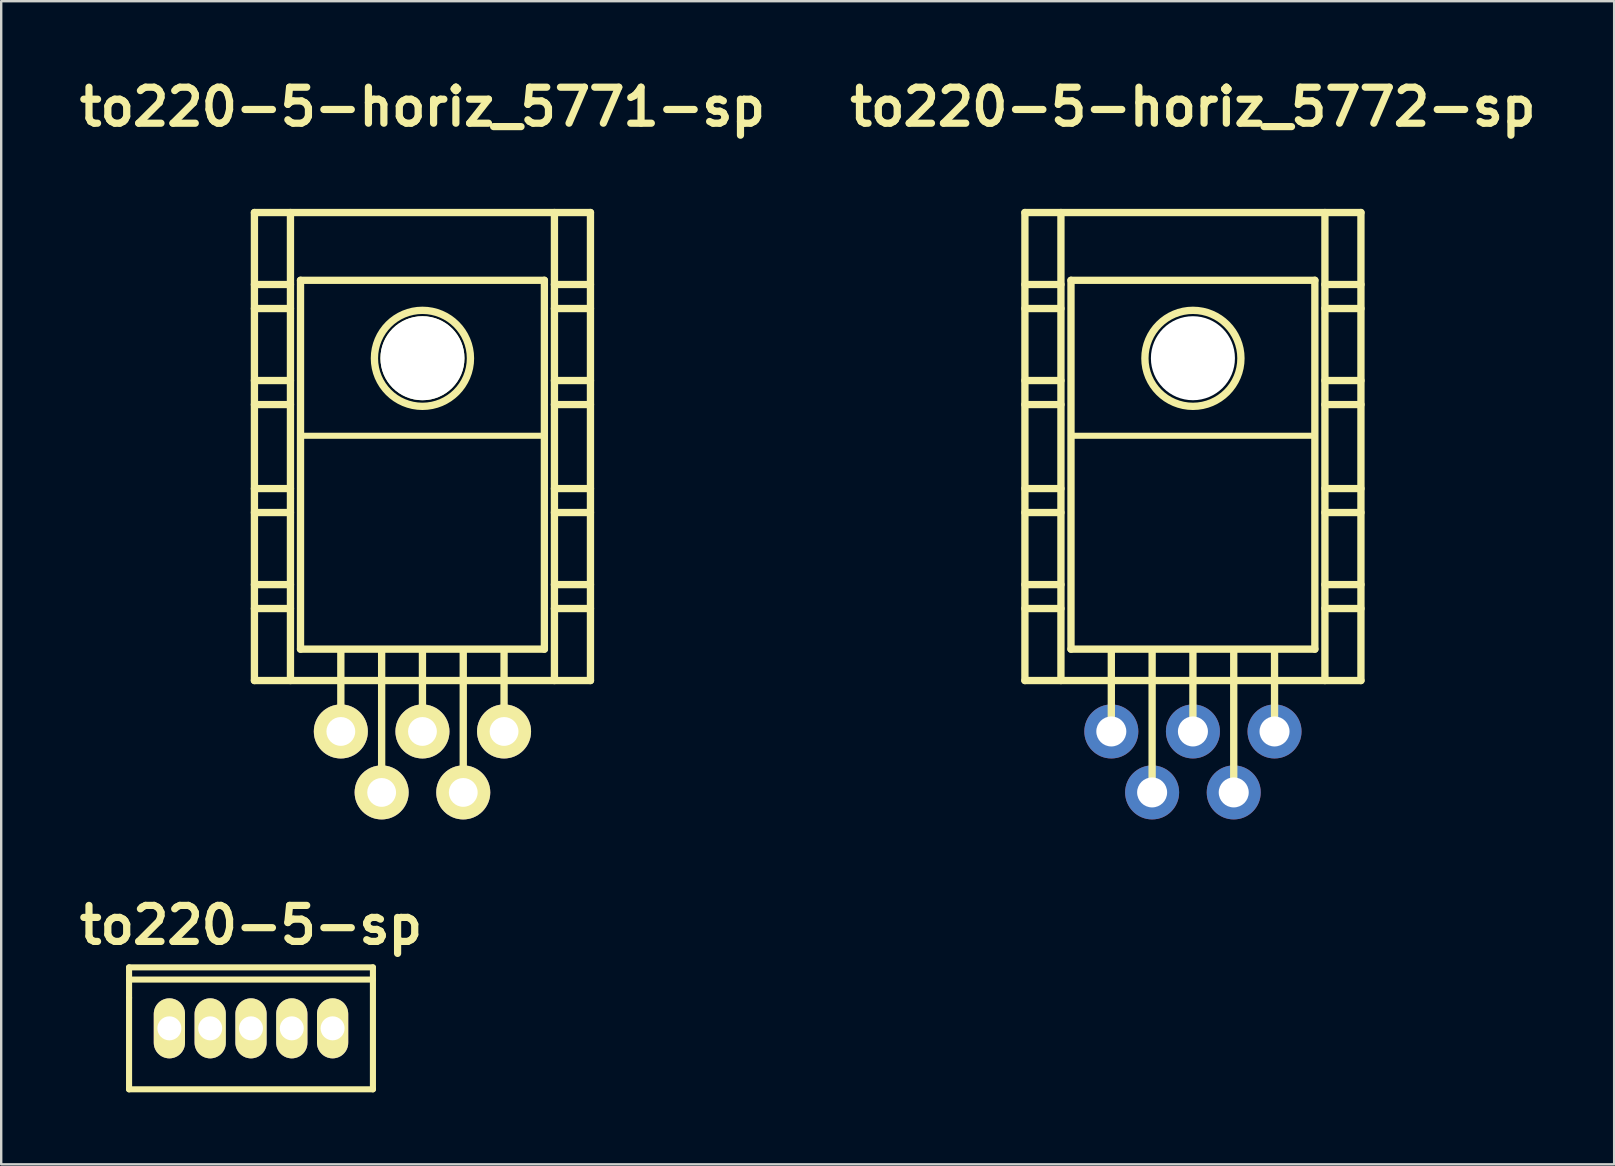
<source format=kicad_pcb>
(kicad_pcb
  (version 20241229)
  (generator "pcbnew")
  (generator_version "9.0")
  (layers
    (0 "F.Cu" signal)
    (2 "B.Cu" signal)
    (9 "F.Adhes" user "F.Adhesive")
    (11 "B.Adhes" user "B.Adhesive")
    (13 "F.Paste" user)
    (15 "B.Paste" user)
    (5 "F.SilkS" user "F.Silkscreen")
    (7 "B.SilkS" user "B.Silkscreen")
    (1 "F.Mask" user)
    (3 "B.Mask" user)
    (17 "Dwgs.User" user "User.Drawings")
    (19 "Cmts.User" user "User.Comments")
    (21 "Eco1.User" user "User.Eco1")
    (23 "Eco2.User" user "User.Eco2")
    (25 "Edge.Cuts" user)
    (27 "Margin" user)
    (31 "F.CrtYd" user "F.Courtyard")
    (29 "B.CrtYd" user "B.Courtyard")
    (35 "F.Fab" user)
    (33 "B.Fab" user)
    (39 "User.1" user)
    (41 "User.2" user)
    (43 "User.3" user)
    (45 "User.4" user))
  (footprint "to220-5-sp"
    (layer "F.Cu")
    (at 7.407 39.793)
    (property "Reference" "to220-5-sp" (at 0 -4.3 0) (layer "F.SilkS") (effects (font (size 1.5 1.5) (thickness 0.3))))
    (attr through_hole)
    (fp_line (start -5.08 -2.54) (end -5.08 -1.27) (stroke (width 0.254) (type solid)) (layer "F.SilkS"))
    (fp_line (start -5.08 -2.032) (end 5.08 -2.032) (stroke (width 0.254) (type solid)) (layer "F.SilkS"))
    (fp_line (start -5.08 -1.27) (end -5.08 2.54) (stroke (width 0.254) (type solid)) (layer "F.SilkS"))
    (fp_line (start -5.08 2.54) (end 5.08 2.54) (stroke (width 0.254) (type solid)) (layer "F.SilkS"))
    (fp_line (start 5.08 -2.54) (end -5.08 -2.54) (stroke (width 0.254) (type solid)) (layer "F.SilkS"))
    (fp_line (start 5.08 2.54) (end 5.08 -2.54) (stroke (width 0.254) (type solid)) (layer "F.SilkS"))
    (pad "1" thru_hole oval (at -3.4 0) (size 1.3 2.5) (drill 1) (layers "*.Cu" "*.Mask" "F.SilkS"))
    (pad "2" thru_hole oval (at -1.7 0) (size 1.3 2.5) (drill 1) (layers "*.Cu" "*.Mask" "F.SilkS"))
    (pad "3" thru_hole oval (at 0 0) (size 1.3 2.5) (drill 1) (layers "*.Cu" "*.Mask" "F.SilkS"))
    (pad "4" thru_hole oval (at 1.7 0) (size 1.3 2.5) (drill 1) (layers "*.Cu" "*.Mask" "F.SilkS"))
    (pad "5" thru_hole oval (at 3.4 0) (size 1.3 2.5) (drill 1) (layers "*.Cu" "*.Mask" "F.SilkS")))
  (footprint "to220-5-horiz_5772-sp"
    (layer "F.Cu")
    (at 46.65 19.804)
    (property "Reference" "to220-5-horiz_5772-sp" (at 0 -18.4 0) (layer "F.SilkS") (effects (font (size 1.5 1.5) (thickness 0.3))))
    (attr through_hole)
    (fp_line (start -7 -14) (end -7 5.499) (stroke (width 0.305) (type solid)) (layer "F.SilkS"))
    (fp_line (start -7 -11.001) (end -5.499 -11.001) (stroke (width 0.305) (type solid)) (layer "F.SilkS"))
    (fp_line (start -7 -10) (end -5.499 -10) (stroke (width 0.305) (type solid)) (layer "F.SilkS"))
    (fp_line (start -7 -7) (end -5.499 -7) (stroke (width 0.305) (type solid)) (layer "F.SilkS"))
    (fp_line (start -7 -5.999) (end -5.499 -5.999) (stroke (width 0.305) (type solid)) (layer "F.SilkS"))
    (fp_line (start -7 -2.499) (end -5.499 -2.499) (stroke (width 0.305) (type solid)) (layer "F.SilkS"))
    (fp_line (start -7 -1.501) (end -5.499 -1.501) (stroke (width 0.305) (type solid)) (layer "F.SilkS"))
    (fp_line (start -7 1.501) (end -5.499 1.501) (stroke (width 0.305) (type solid)) (layer "F.SilkS"))
    (fp_line (start -7 2.499) (end -5.499 2.499) (stroke (width 0.305) (type solid)) (layer "F.SilkS"))
    (fp_line (start -7 5.499) (end 7 5.499) (stroke (width 0.305) (type solid)) (layer "F.SilkS"))
    (fp_line (start -5.499 5.499) (end -5.499 -14) (stroke (width 0.305) (type solid)) (layer "F.SilkS"))
    (fp_line (start -5.08 -11.176) (end -5.08 4.191) (stroke (width 0.305) (type solid)) (layer "F.SilkS"))
    (fp_line (start -5.08 4.191) (end 5.08 4.191) (stroke (width 0.305) (type solid)) (layer "F.SilkS"))
    (fp_line (start -3.4 7.75) (end -3.4 4.249) (stroke (width 0.305) (type solid)) (layer "F.SilkS"))
    (fp_line (start -1.7 10.249) (end -1.7 4.249) (stroke (width 0.305) (type solid)) (layer "F.SilkS"))
    (fp_line (start 0 7.75) (end 0 4.249) (stroke (width 0.305) (type solid)) (layer "F.SilkS"))
    (fp_line (start 1.7 10.249) (end 1.7 4.249) (stroke (width 0.305) (type solid)) (layer "F.SilkS"))
    (fp_line (start 3.4 7.75) (end 3.4 4.249) (stroke (width 0.305) (type solid)) (layer "F.SilkS"))
    (fp_line (start 5.08 -11.176) (end -5.08 -11.176) (stroke (width 0.305) (type solid)) (layer "F.SilkS"))
    (fp_line (start 5.08 -4.699) (end -5.08 -4.699) (stroke (width 0.254) (type solid)) (layer "F.SilkS"))
    (fp_line (start 5.08 4.191) (end 5.08 -11.176) (stroke (width 0.305) (type solid)) (layer "F.SilkS"))
    (fp_line (start 5.499 -14) (end 5.499 5.499) (stroke (width 0.305) (type solid)) (layer "F.SilkS"))
    (fp_line (start 5.499 -11.001) (end 7 -11.001) (stroke (width 0.305) (type solid)) (layer "F.SilkS"))
    (fp_line (start 5.499 -10) (end 7 -10) (stroke (width 0.305) (type solid)) (layer "F.SilkS"))
    (fp_line (start 5.499 -7) (end 7 -7) (stroke (width 0.305) (type solid)) (layer "F.SilkS"))
    (fp_line (start 5.499 -5.999) (end 7 -5.999) (stroke (width 0.305) (type solid)) (layer "F.SilkS"))
    (fp_line (start 5.499 -2.499) (end 7 -2.499) (stroke (width 0.305) (type solid)) (layer "F.SilkS"))
    (fp_line (start 5.499 -1.501) (end 7 -1.501) (stroke (width 0.305) (type solid)) (layer "F.SilkS"))
    (fp_line (start 5.499 1.501) (end 7 1.501) (stroke (width 0.305) (type solid)) (layer "F.SilkS"))
    (fp_line (start 5.499 2.499) (end 7 2.499) (stroke (width 0.305) (type solid)) (layer "F.SilkS"))
    (fp_line (start 7 -14) (end -7 -14) (stroke (width 0.305) (type solid)) (layer "F.SilkS"))
    (fp_line (start 7 5.499) (end 7 -14) (stroke (width 0.305) (type solid)) (layer "F.SilkS"))
    (fp_circle (center 0 -7.925) (end -1.999 -8.001) (stroke (width 0.305) (type solid)) (fill no) (layer "F.SilkS"))
    (pad "" np_thru_hole circle (at 0 -7.93) (size 3.5 3.5) (drill 3.5) (layers "*.Cu" "*.Mask"))
    (pad "1" thru_hole circle (at -3.4 7.62) (size 2.25 2.25) (drill 1.25) (layers "*.Cu" "*.Mask"))
    (pad "2" thru_hole circle (at -1.7 10.16) (size 2.25 2.25) (drill 1.25) (layers "*.Cu" "*.Mask"))
    (pad "3" thru_hole circle (at 0 7.62) (size 2.25 2.25) (drill 1.25) (layers "*.Cu" "*.Mask"))
    (pad "4" thru_hole circle (at 1.7 10.16) (size 2.25 2.25) (drill 1.25) (layers "*.Cu" "*.Mask"))
    (pad "5" thru_hole circle (at 3.4 7.62) (size 2.25 2.25) (drill 1.25) (layers "*.Cu" "*.Mask")))
  (footprint "to220-5-horiz_5771-sp"
    (layer "F.Cu")
    (at 14.55 19.804)
    (property "Reference" "to220-5-horiz_5771-sp" (at 0 -18.4 0) (layer "F.SilkS") (effects (font (size 1.5 1.5) (thickness 0.3))))
    (attr through_hole)
    (fp_line (start -7 -14) (end -7 5.499) (stroke (width 0.305) (type solid)) (layer "F.SilkS"))
    (fp_line (start -7 -11.001) (end -5.499 -11.001) (stroke (width 0.305) (type solid)) (layer "F.SilkS"))
    (fp_line (start -7 -10) (end -5.499 -10) (stroke (width 0.305) (type solid)) (layer "F.SilkS"))
    (fp_line (start -7 -7) (end -5.499 -7) (stroke (width 0.305) (type solid)) (layer "F.SilkS"))
    (fp_line (start -7 -5.999) (end -5.499 -5.999) (stroke (width 0.305) (type solid)) (layer "F.SilkS"))
    (fp_line (start -7 -2.499) (end -5.499 -2.499) (stroke (width 0.305) (type solid)) (layer "F.SilkS"))
    (fp_line (start -7 -1.501) (end -5.499 -1.501) (stroke (width 0.305) (type solid)) (layer "F.SilkS"))
    (fp_line (start -7 1.501) (end -5.499 1.501) (stroke (width 0.305) (type solid)) (layer "F.SilkS"))
    (fp_line (start -7 2.499) (end -5.499 2.499) (stroke (width 0.305) (type solid)) (layer "F.SilkS"))
    (fp_line (start -7 5.499) (end 7 5.499) (stroke (width 0.305) (type solid)) (layer "F.SilkS"))
    (fp_line (start -5.499 5.499) (end -5.499 -14) (stroke (width 0.305) (type solid)) (layer "F.SilkS"))
    (fp_line (start -5.08 -11.176) (end -5.08 4.191) (stroke (width 0.305) (type solid)) (layer "F.SilkS"))
    (fp_line (start -5.08 4.191) (end 5.08 4.191) (stroke (width 0.305) (type solid)) (layer "F.SilkS"))
    (fp_line (start -3.4 7.75) (end -3.4 4.249) (stroke (width 0.305) (type solid)) (layer "F.SilkS"))
    (fp_line (start -1.7 10.249) (end -1.7 4.249) (stroke (width 0.305) (type solid)) (layer "F.SilkS"))
    (fp_line (start 0 7.75) (end 0 4.249) (stroke (width 0.305) (type solid)) (layer "F.SilkS"))
    (fp_line (start 1.7 10.249) (end 1.7 4.249) (stroke (width 0.305) (type solid)) (layer "F.SilkS"))
    (fp_line (start 3.4 7.75) (end 3.4 4.249) (stroke (width 0.305) (type solid)) (layer "F.SilkS"))
    (fp_line (start 5.08 -11.176) (end -5.08 -11.176) (stroke (width 0.305) (type solid)) (layer "F.SilkS"))
    (fp_line (start 5.08 -4.699) (end -5.08 -4.699) (stroke (width 0.254) (type solid)) (layer "F.SilkS"))
    (fp_line (start 5.08 4.191) (end 5.08 -11.176) (stroke (width 0.305) (type solid)) (layer "F.SilkS"))
    (fp_line (start 5.499 -14) (end 5.499 5.499) (stroke (width 0.305) (type solid)) (layer "F.SilkS"))
    (fp_line (start 5.499 -11.001) (end 7 -11.001) (stroke (width 0.305) (type solid)) (layer "F.SilkS"))
    (fp_line (start 5.499 -10) (end 7 -10) (stroke (width 0.305) (type solid)) (layer "F.SilkS"))
    (fp_line (start 5.499 -7) (end 7 -7) (stroke (width 0.305) (type solid)) (layer "F.SilkS"))
    (fp_line (start 5.499 -5.999) (end 7 -5.999) (stroke (width 0.305) (type solid)) (layer "F.SilkS"))
    (fp_line (start 5.499 -2.499) (end 7 -2.499) (stroke (width 0.305) (type solid)) (layer "F.SilkS"))
    (fp_line (start 5.499 -1.501) (end 7 -1.501) (stroke (width 0.305) (type solid)) (layer "F.SilkS"))
    (fp_line (start 5.499 1.501) (end 7 1.501) (stroke (width 0.305) (type solid)) (layer "F.SilkS"))
    (fp_line (start 5.499 2.499) (end 7 2.499) (stroke (width 0.305) (type solid)) (layer "F.SilkS"))
    (fp_line (start 7 -14) (end -7 -14) (stroke (width 0.305) (type solid)) (layer "F.SilkS"))
    (fp_line (start 7 5.499) (end 7 -14) (stroke (width 0.305) (type solid)) (layer "F.SilkS"))
    (fp_circle (center 0 -7.925) (end -1.999 -8.001) (stroke (width 0.305) (type solid)) (fill no) (layer "F.SilkS"))
    (pad "" np_thru_hole circle (at 0 -7.93) (size 3.5 3.5) (drill 3.5) (layers "*.Cu" "*.Mask" "F.SilkS"))
    (pad "1" thru_hole circle (at -3.4 7.62) (size 2.25 2.25) (drill 1.2) (layers "*.Cu" "*.Mask" "F.SilkS"))
    (pad "2" thru_hole circle (at -1.7 10.16) (size 2.25 2.25) (drill 1.2) (layers "*.Cu" "*.Mask" "F.SilkS"))
    (pad "3" thru_hole circle (at 0 7.62) (size 2.25 2.25) (drill 1.2) (layers "*.Cu" "*.Mask" "F.SilkS"))
    (pad "4" thru_hole circle (at 1.7 10.16) (size 2.25 2.25) (drill 1.2) (layers "*.Cu" "*.Mask" "F.SilkS"))
    (pad "5" thru_hole circle (at 3.4 7.62) (size 2.25 2.25) (drill 1.2) (layers "*.Cu" "*.Mask" "F.SilkS")))
  (gr_rect
    (start -3 -3)
    (end 64.2 45.46)
    (stroke (width 0.1) (type default))
    (fill no)
    (layer "Edge.Cuts")))
</source>
